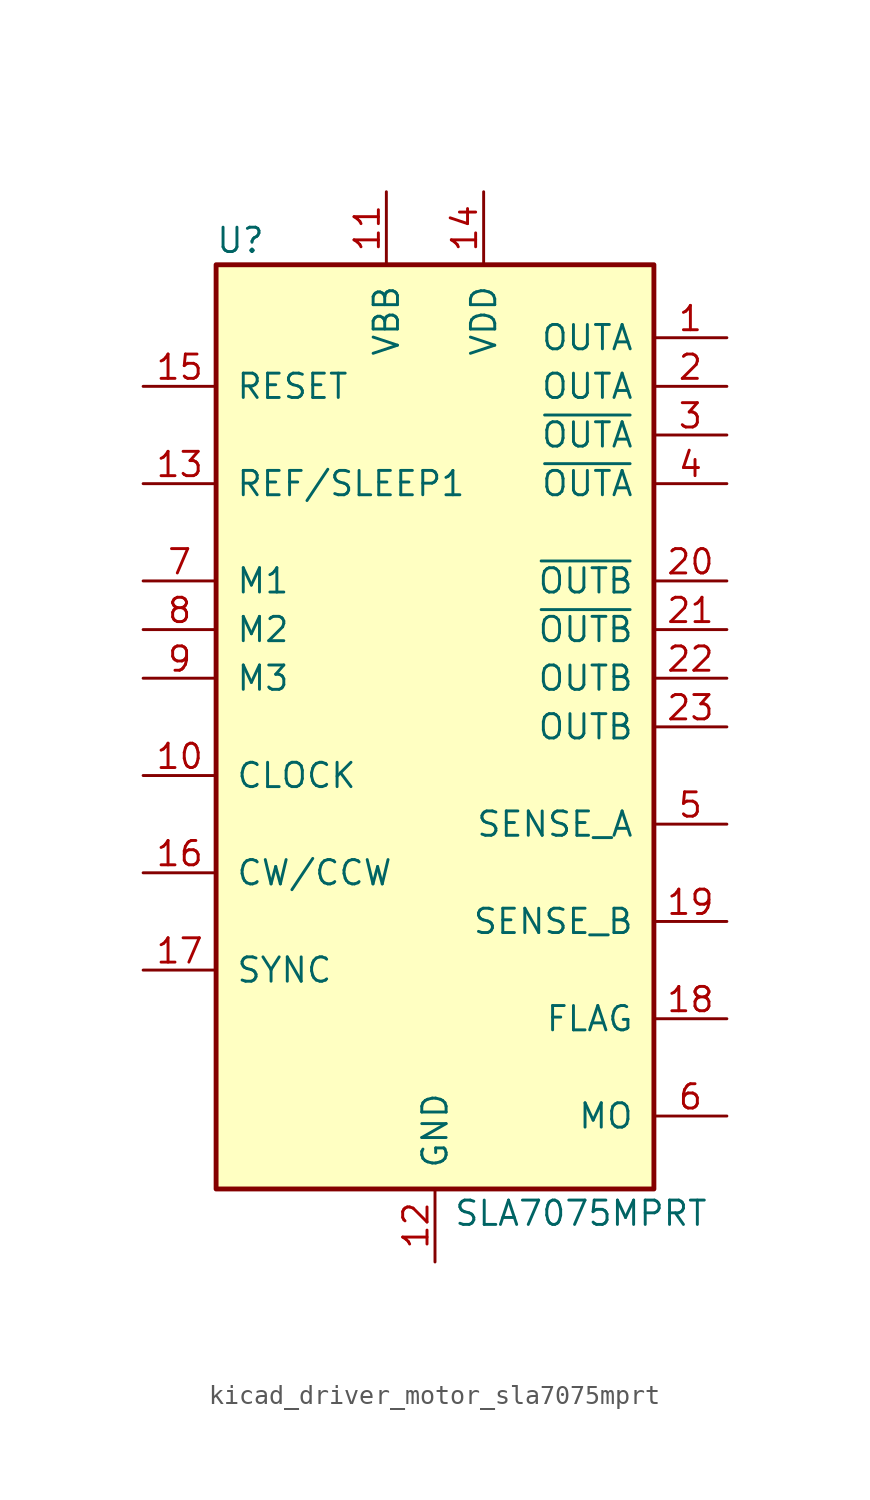
<source format=kicad_sym>
(kicad_symbol_lib
  (version 20220914)
  (generator kicad_symbol_editor)
  (symbol "kicad_driver_motor_sla7075mprt"
    (pin_names
      (offset 1.016))
    (property "Reference" "U"
      (at -10.16 25.4 0)
      (effects (font (size 1.27 1.27))))
    (property "Value" "SLA7075MPRT"
      (at 7.62 -25.4 0)
      (effects (font (size 1.27 1.27))))
    (symbol "kicad_driver_motor_sla7075mprt_0_1"
      (rectangle (start -11.43 24.13) (end 11.43 -24.13) (stroke (width 0.254) (type default)) (fill (type background))))
    (symbol "kicad_driver_motor_sla7075mprt_1_1"
      (pin output line (at 15.24 20.32 180) (length 3.81) (name "OUTA" (effects (font (size 1.27 1.27)))) (number "1" (effects (font (size 1.27 1.27)))))
      (pin input line (at -15.24 -2.54 0) (length 3.81) (name "CLOCK" (effects (font (size 1.27 1.27)))) (number "10" (effects (font (size 1.27 1.27)))))
      (pin power_in line (at -2.54 27.94 270) (length 3.81) (name "VBB" (effects (font (size 1.27 1.27)))) (number "11" (effects (font (size 1.27 1.27)))))
      (pin power_in line (at 0 -27.94 90) (length 3.81) (name "GND" (effects (font (size 1.27 1.27)))) (number "12" (effects (font (size 1.27 1.27)))))
      (pin input line (at -15.24 12.7 0) (length 3.81) (name "REF/SLEEP1" (effects (font (size 1.27 1.27)))) (number "13" (effects (font (size 1.27 1.27)))))
      (pin power_in line (at 2.54 27.94 270) (length 3.81) (name "VDD" (effects (font (size 1.27 1.27)))) (number "14" (effects (font (size 1.27 1.27)))))
      (pin input line (at -15.24 17.78 0) (length 3.81) (name "RESET" (effects (font (size 1.27 1.27)))) (number "15" (effects (font (size 1.27 1.27)))))
      (pin input line (at -15.24 -7.62 0) (length 3.81) (name "CW/CCW" (effects (font (size 1.27 1.27)))) (number "16" (effects (font (size 1.27 1.27)))))
      (pin input line (at -15.24 -12.7 0) (length 3.81) (name "SYNC" (effects (font (size 1.27 1.27)))) (number "17" (effects (font (size 1.27 1.27)))))
      (pin output line (at 15.24 -15.24 180) (length 3.81) (name "FLAG" (effects (font (size 1.27 1.27)))) (number "18" (effects (font (size 1.27 1.27)))))
      (pin output line (at 15.24 -10.16 180) (length 3.81) (name "SENSE_B" (effects (font (size 1.27 1.27)))) (number "19" (effects (font (size 1.27 1.27)))))
      (pin output line (at 15.24 17.78 180) (length 3.81) (name "OUTA" (effects (font (size 1.27 1.27)))) (number "2" (effects (font (size 1.27 1.27)))))
      (pin output line (at 15.24 7.62 180) (length 3.81) (name "~{OUTB}" (effects (font (size 1.27 1.27)))) (number "20" (effects (font (size 1.27 1.27)))))
      (pin output line (at 15.24 5.08 180) (length 3.81) (name "~{OUTB}" (effects (font (size 1.27 1.27)))) (number "21" (effects (font (size 1.27 1.27)))))
      (pin output line (at 15.24 2.54 180) (length 3.81) (name "OUTB" (effects (font (size 1.27 1.27)))) (number "22" (effects (font (size 1.27 1.27)))))
      (pin output line (at 15.24 0 180) (length 3.81) (name "OUTB" (effects (font (size 1.27 1.27)))) (number "23" (effects (font (size 1.27 1.27)))))
      (pin output line (at 15.24 15.24 180) (length 3.81) (name "~{OUTA}" (effects (font (size 1.27 1.27)))) (number "3" (effects (font (size 1.27 1.27)))))
      (pin output line (at 15.24 12.7 180) (length 3.81) (name "~{OUTA}" (effects (font (size 1.27 1.27)))) (number "4" (effects (font (size 1.27 1.27)))))
      (pin output line (at 15.24 -5.08 180) (length 3.81) (name "SENSE_A" (effects (font (size 1.27 1.27)))) (number "5" (effects (font (size 1.27 1.27)))))
      (pin output line (at 15.24 -20.32 180) (length 3.81) (name "MO" (effects (font (size 1.27 1.27)))) (number "6" (effects (font (size 1.27 1.27)))))
      (pin input line (at -15.24 7.62 0) (length 3.81) (name "M1" (effects (font (size 1.27 1.27)))) (number "7" (effects (font (size 1.27 1.27)))))
      (pin input line (at -15.24 5.08 0) (length 3.81) (name "M2" (effects (font (size 1.27 1.27)))) (number "8" (effects (font (size 1.27 1.27)))))
      (pin input line (at -15.24 2.54 0) (length 3.81) (name "M3" (effects (font (size 1.27 1.27)))) (number "9" (effects (font (size 1.27 1.27))))))))
</source>
